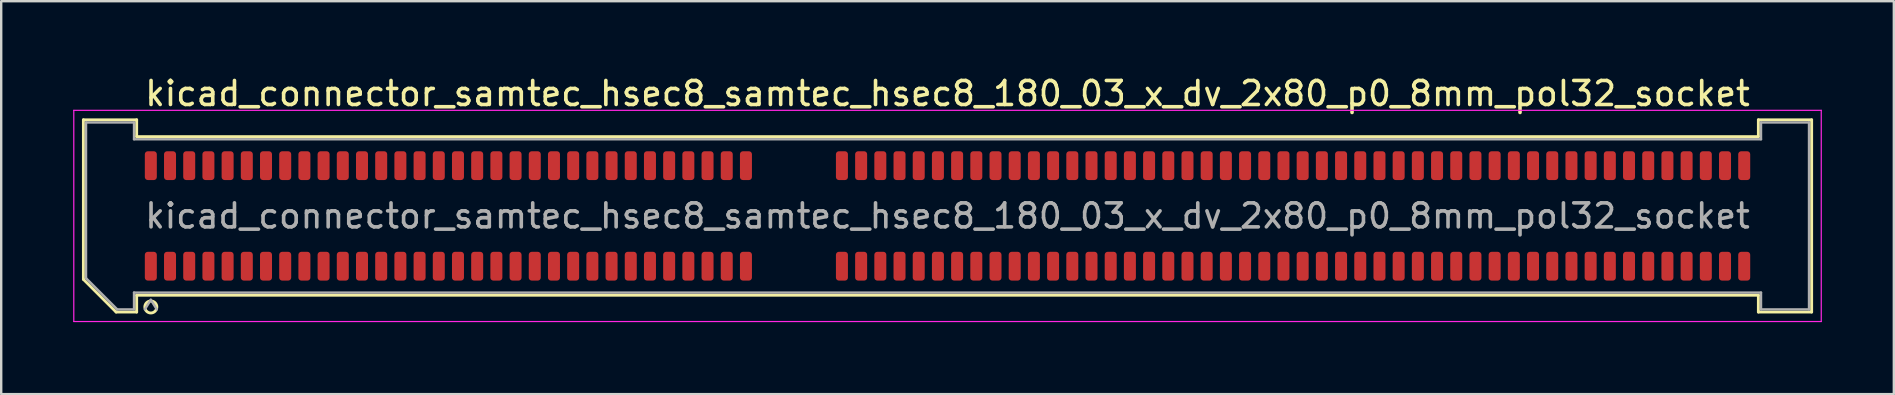
<source format=kicad_pcb>
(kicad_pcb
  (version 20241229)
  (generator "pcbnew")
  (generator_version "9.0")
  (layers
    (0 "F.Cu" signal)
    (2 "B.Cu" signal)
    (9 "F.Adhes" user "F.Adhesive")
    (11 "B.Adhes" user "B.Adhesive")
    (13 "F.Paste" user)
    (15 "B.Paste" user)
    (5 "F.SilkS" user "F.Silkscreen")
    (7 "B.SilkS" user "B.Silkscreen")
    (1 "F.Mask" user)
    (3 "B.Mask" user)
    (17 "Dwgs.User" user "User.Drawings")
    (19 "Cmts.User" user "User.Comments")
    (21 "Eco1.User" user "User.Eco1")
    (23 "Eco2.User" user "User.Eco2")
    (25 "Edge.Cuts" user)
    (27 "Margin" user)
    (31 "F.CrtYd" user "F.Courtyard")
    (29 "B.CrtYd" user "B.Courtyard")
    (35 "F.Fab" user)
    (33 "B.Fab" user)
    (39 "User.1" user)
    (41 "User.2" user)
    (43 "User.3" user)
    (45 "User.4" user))
  (footprint "kicad_connector_samtec_hsec8_samtec_hsec8_180_03_x_dv_2x80_p0_8mm_pol32_socket"
    (layer "F.Cu")
    (at 36.435 5.948)
    (property "Reference" "kicad_connector_samtec_hsec8_samtec_hsec8_180_03_x_dv_2x80_p0_8mm_pol32_socket" (at 0 -5.1 0) (layer "F.SilkS") (effects (font (size 1 1) (thickness 0.15))))
    (attr smd)
    (fp_line (start -36.01 -4.005) (end -33.79 -4.005) (stroke (width 0.12) (type solid)) (layer "F.SilkS"))
    (fp_line (start -36.01 2.641) (end -36.01 -4.005) (stroke (width 0.12) (type solid)) (layer "F.SilkS"))
    (fp_line (start -34.646 4.005) (end -36.01 2.641) (stroke (width 0.12) (type solid)) (layer "F.SilkS"))
    (fp_line (start -33.79 -4.005) (end -33.79 -3.305) (stroke (width 0.12) (type solid)) (layer "F.SilkS"))
    (fp_line (start -33.79 -3.305) (end 33.79 -3.305) (stroke (width 0.12) (type solid)) (layer "F.SilkS"))
    (fp_line (start -33.79 3.305) (end -33.79 4.005) (stroke (width 0.12) (type solid)) (layer "F.SilkS"))
    (fp_line (start -33.79 4.005) (end -34.646 4.005) (stroke (width 0.12) (type solid)) (layer "F.SilkS"))
    (fp_line (start 33.79 -4.005) (end 36.01 -4.005) (stroke (width 0.12) (type solid)) (layer "F.SilkS"))
    (fp_line (start 33.79 -3.305) (end 33.79 -4.005) (stroke (width 0.12) (type solid)) (layer "F.SilkS"))
    (fp_line (start 33.79 3.305) (end -33.79 3.305) (stroke (width 0.12) (type solid)) (layer "F.SilkS"))
    (fp_line (start 33.79 4.005) (end 33.79 3.305) (stroke (width 0.12) (type solid)) (layer "F.SilkS"))
    (fp_line (start 36.01 -4.005) (end 36.01 4.005) (stroke (width 0.12) (type solid)) (layer "F.SilkS"))
    (fp_line (start 36.01 4.005) (end 33.79 4.005) (stroke (width 0.12) (type solid)) (layer "F.SilkS"))
    (fp_arc (start -32.95 3.795) (mid -33.45 3.795) (end -32.95 3.795) (stroke (width 0.12) (type solid)) (layer "F.SilkS"))
    (fp_line (start -36.41 -4.4) (end -36.41 4.4) (stroke (width 0.05) (type solid)) (layer "F.CrtYd"))
    (fp_line (start -36.41 4.4) (end 36.41 4.4) (stroke (width 0.05) (type solid)) (layer "F.CrtYd"))
    (fp_line (start 36.41 -4.4) (end -36.41 -4.4) (stroke (width 0.05) (type solid)) (layer "F.CrtYd"))
    (fp_line (start 36.41 4.4) (end 36.41 -4.4) (stroke (width 0.05) (type solid)) (layer "F.CrtYd"))
    (fp_line (start -35.9 -3.895) (end -33.9 -3.895) (stroke (width 0.1) (type solid)) (layer "F.Fab"))
    (fp_line (start -35.9 2.595) (end -35.9 -3.895) (stroke (width 0.1) (type solid)) (layer "F.Fab"))
    (fp_line (start -34.6 3.895) (end -35.9 2.595) (stroke (width 0.1) (type solid)) (layer "F.Fab"))
    (fp_line (start -33.9 -3.895) (end -33.9 -3.195) (stroke (width 0.1) (type solid)) (layer "F.Fab"))
    (fp_line (start -33.9 -3.195) (end 33.9 -3.195) (stroke (width 0.1) (type solid)) (layer "F.Fab"))
    (fp_line (start -33.9 3.195) (end -33.9 3.895) (stroke (width 0.1) (type solid)) (layer "F.Fab"))
    (fp_line (start -33.9 3.895) (end -34.6 3.895) (stroke (width 0.1) (type solid)) (layer "F.Fab"))
    (fp_line (start -33.2 3.495) (end -33.45 3.895) (stroke (width 0.1) (type solid)) (layer "F.Fab"))
    (fp_line (start -33.2 3.495) (end -32.95 3.895) (stroke (width 0.1) (type solid)) (layer "F.Fab"))
    (fp_line (start 33.9 -3.895) (end 35.9 -3.895) (stroke (width 0.1) (type solid)) (layer "F.Fab"))
    (fp_line (start 33.9 -3.195) (end 33.9 -3.895) (stroke (width 0.1) (type solid)) (layer "F.Fab"))
    (fp_line (start 33.9 3.195) (end -33.9 3.195) (stroke (width 0.1) (type solid)) (layer "F.Fab"))
    (fp_line (start 33.9 3.895) (end 33.9 3.195) (stroke (width 0.1) (type solid)) (layer "F.Fab"))
    (fp_line (start 35.9 -3.895) (end 35.9 3.895) (stroke (width 0.1) (type solid)) (layer "F.Fab"))
    (fp_line (start 35.9 3.895) (end 33.9 3.895) (stroke (width 0.1) (type solid)) (layer "F.Fab"))
    (fp_text user "${REFERENCE}" (at 0 0 0) (layer "F.Fab") (effects (font (size 1 1) (thickness 0.15))))
    (pad "1" smd roundrect (at -33.2 2.095) (size 0.5 1.2) (layers "F.Cu" "F.Mask" "F.Paste") (roundrect_rratio 0.25))
    (pad "2" smd roundrect (at -33.2 -2.095) (size 0.5 1.2) (layers "F.Cu" "F.Mask" "F.Paste") (roundrect_rratio 0.25))
    (pad "3" smd roundrect (at -32.4 2.095) (size 0.5 1.2) (layers "F.Cu" "F.Mask" "F.Paste") (roundrect_rratio 0.25))
    (pad "4" smd roundrect (at -32.4 -2.095) (size 0.5 1.2) (layers "F.Cu" "F.Mask" "F.Paste") (roundrect_rratio 0.25))
    (pad "5" smd roundrect (at -31.6 2.095) (size 0.5 1.2) (layers "F.Cu" "F.Mask" "F.Paste") (roundrect_rratio 0.25))
    (pad "6" smd roundrect (at -31.6 -2.095) (size 0.5 1.2) (layers "F.Cu" "F.Mask" "F.Paste") (roundrect_rratio 0.25))
    (pad "7" smd roundrect (at -30.8 2.095) (size 0.5 1.2) (layers "F.Cu" "F.Mask" "F.Paste") (roundrect_rratio 0.25))
    (pad "8" smd roundrect (at -30.8 -2.095) (size 0.5 1.2) (layers "F.Cu" "F.Mask" "F.Paste") (roundrect_rratio 0.25))
    (pad "9" smd roundrect (at -30 2.095) (size 0.5 1.2) (layers "F.Cu" "F.Mask" "F.Paste") (roundrect_rratio 0.25))
    (pad "10" smd roundrect (at -30 -2.095) (size 0.5 1.2) (layers "F.Cu" "F.Mask" "F.Paste") (roundrect_rratio 0.25))
    (pad "11" smd roundrect (at -29.2 2.095) (size 0.5 1.2) (layers "F.Cu" "F.Mask" "F.Paste") (roundrect_rratio 0.25))
    (pad "12" smd roundrect (at -29.2 -2.095) (size 0.5 1.2) (layers "F.Cu" "F.Mask" "F.Paste") (roundrect_rratio 0.25))
    (pad "13" smd roundrect (at -28.4 2.095) (size 0.5 1.2) (layers "F.Cu" "F.Mask" "F.Paste") (roundrect_rratio 0.25))
    (pad "14" smd roundrect (at -28.4 -2.095) (size 0.5 1.2) (layers "F.Cu" "F.Mask" "F.Paste") (roundrect_rratio 0.25))
    (pad "15" smd roundrect (at -27.6 2.095) (size 0.5 1.2) (layers "F.Cu" "F.Mask" "F.Paste") (roundrect_rratio 0.25))
    (pad "16" smd roundrect (at -27.6 -2.095) (size 0.5 1.2) (layers "F.Cu" "F.Mask" "F.Paste") (roundrect_rratio 0.25))
    (pad "17" smd roundrect (at -26.8 2.095) (size 0.5 1.2) (layers "F.Cu" "F.Mask" "F.Paste") (roundrect_rratio 0.25))
    (pad "18" smd roundrect (at -26.8 -2.095) (size 0.5 1.2) (layers "F.Cu" "F.Mask" "F.Paste") (roundrect_rratio 0.25))
    (pad "19" smd roundrect (at -26 2.095) (size 0.5 1.2) (layers "F.Cu" "F.Mask" "F.Paste") (roundrect_rratio 0.25))
    (pad "20" smd roundrect (at -26 -2.095) (size 0.5 1.2) (layers "F.Cu" "F.Mask" "F.Paste") (roundrect_rratio 0.25))
    (pad "21" smd roundrect (at -25.2 2.095) (size 0.5 1.2) (layers "F.Cu" "F.Mask" "F.Paste") (roundrect_rratio 0.25))
    (pad "22" smd roundrect (at -25.2 -2.095) (size 0.5 1.2) (layers "F.Cu" "F.Mask" "F.Paste") (roundrect_rratio 0.25))
    (pad "23" smd roundrect (at -24.4 2.095) (size 0.5 1.2) (layers "F.Cu" "F.Mask" "F.Paste") (roundrect_rratio 0.25))
    (pad "24" smd roundrect (at -24.4 -2.095) (size 0.5 1.2) (layers "F.Cu" "F.Mask" "F.Paste") (roundrect_rratio 0.25))
    (pad "25" smd roundrect (at -23.6 2.095) (size 0.5 1.2) (layers "F.Cu" "F.Mask" "F.Paste") (roundrect_rratio 0.25))
    (pad "26" smd roundrect (at -23.6 -2.095) (size 0.5 1.2) (layers "F.Cu" "F.Mask" "F.Paste") (roundrect_rratio 0.25))
    (pad "27" smd roundrect (at -22.8 2.095) (size 0.5 1.2) (layers "F.Cu" "F.Mask" "F.Paste") (roundrect_rratio 0.25))
    (pad "28" smd roundrect (at -22.8 -2.095) (size 0.5 1.2) (layers "F.Cu" "F.Mask" "F.Paste") (roundrect_rratio 0.25))
    (pad "29" smd roundrect (at -22 2.095) (size 0.5 1.2) (layers "F.Cu" "F.Mask" "F.Paste") (roundrect_rratio 0.25))
    (pad "30" smd roundrect (at -22 -2.095) (size 0.5 1.2) (layers "F.Cu" "F.Mask" "F.Paste") (roundrect_rratio 0.25))
    (pad "31" smd roundrect (at -21.2 2.095) (size 0.5 1.2) (layers "F.Cu" "F.Mask" "F.Paste") (roundrect_rratio 0.25))
    (pad "32" smd roundrect (at -21.2 -2.095) (size 0.5 1.2) (layers "F.Cu" "F.Mask" "F.Paste") (roundrect_rratio 0.25))
    (pad "33" smd roundrect (at -20.4 2.095) (size 0.5 1.2) (layers "F.Cu" "F.Mask" "F.Paste") (roundrect_rratio 0.25))
    (pad "34" smd roundrect (at -20.4 -2.095) (size 0.5 1.2) (layers "F.Cu" "F.Mask" "F.Paste") (roundrect_rratio 0.25))
    (pad "35" smd roundrect (at -19.6 2.095) (size 0.5 1.2) (layers "F.Cu" "F.Mask" "F.Paste") (roundrect_rratio 0.25))
    (pad "36" smd roundrect (at -19.6 -2.095) (size 0.5 1.2) (layers "F.Cu" "F.Mask" "F.Paste") (roundrect_rratio 0.25))
    (pad "37" smd roundrect (at -18.8 2.095) (size 0.5 1.2) (layers "F.Cu" "F.Mask" "F.Paste") (roundrect_rratio 0.25))
    (pad "38" smd roundrect (at -18.8 -2.095) (size 0.5 1.2) (layers "F.Cu" "F.Mask" "F.Paste") (roundrect_rratio 0.25))
    (pad "39" smd roundrect (at -18 2.095) (size 0.5 1.2) (layers "F.Cu" "F.Mask" "F.Paste") (roundrect_rratio 0.25))
    (pad "40" smd roundrect (at -18 -2.095) (size 0.5 1.2) (layers "F.Cu" "F.Mask" "F.Paste") (roundrect_rratio 0.25))
    (pad "41" smd roundrect (at -17.2 2.095) (size 0.5 1.2) (layers "F.Cu" "F.Mask" "F.Paste") (roundrect_rratio 0.25))
    (pad "42" smd roundrect (at -17.2 -2.095) (size 0.5 1.2) (layers "F.Cu" "F.Mask" "F.Paste") (roundrect_rratio 0.25))
    (pad "43" smd roundrect (at -16.4 2.095) (size 0.5 1.2) (layers "F.Cu" "F.Mask" "F.Paste") (roundrect_rratio 0.25))
    (pad "44" smd roundrect (at -16.4 -2.095) (size 0.5 1.2) (layers "F.Cu" "F.Mask" "F.Paste") (roundrect_rratio 0.25))
    (pad "45" smd roundrect (at -15.6 2.095) (size 0.5 1.2) (layers "F.Cu" "F.Mask" "F.Paste") (roundrect_rratio 0.25))
    (pad "46" smd roundrect (at -15.6 -2.095) (size 0.5 1.2) (layers "F.Cu" "F.Mask" "F.Paste") (roundrect_rratio 0.25))
    (pad "47" smd roundrect (at -14.8 2.095) (size 0.5 1.2) (layers "F.Cu" "F.Mask" "F.Paste") (roundrect_rratio 0.25))
    (pad "48" smd roundrect (at -14.8 -2.095) (size 0.5 1.2) (layers "F.Cu" "F.Mask" "F.Paste") (roundrect_rratio 0.25))
    (pad "49" smd roundrect (at -14 2.095) (size 0.5 1.2) (layers "F.Cu" "F.Mask" "F.Paste") (roundrect_rratio 0.25))
    (pad "50" smd roundrect (at -14 -2.095) (size 0.5 1.2) (layers "F.Cu" "F.Mask" "F.Paste") (roundrect_rratio 0.25))
    (pad "51" smd roundrect (at -13.2 2.095) (size 0.5 1.2) (layers "F.Cu" "F.Mask" "F.Paste") (roundrect_rratio 0.25))
    (pad "52" smd roundrect (at -13.2 -2.095) (size 0.5 1.2) (layers "F.Cu" "F.Mask" "F.Paste") (roundrect_rratio 0.25))
    (pad "53" smd roundrect (at -12.4 2.095) (size 0.5 1.2) (layers "F.Cu" "F.Mask" "F.Paste") (roundrect_rratio 0.25))
    (pad "54" smd roundrect (at -12.4 -2.095) (size 0.5 1.2) (layers "F.Cu" "F.Mask" "F.Paste") (roundrect_rratio 0.25))
    (pad "55" smd roundrect (at -11.6 2.095) (size 0.5 1.2) (layers "F.Cu" "F.Mask" "F.Paste") (roundrect_rratio 0.25))
    (pad "56" smd roundrect (at -11.6 -2.095) (size 0.5 1.2) (layers "F.Cu" "F.Mask" "F.Paste") (roundrect_rratio 0.25))
    (pad "57" smd roundrect (at -10.8 2.095) (size 0.5 1.2) (layers "F.Cu" "F.Mask" "F.Paste") (roundrect_rratio 0.25))
    (pad "58" smd roundrect (at -10.8 -2.095) (size 0.5 1.2) (layers "F.Cu" "F.Mask" "F.Paste") (roundrect_rratio 0.25))
    (pad "59" smd roundrect (at -10 2.095) (size 0.5 1.2) (layers "F.Cu" "F.Mask" "F.Paste") (roundrect_rratio 0.25))
    (pad "60" smd roundrect (at -10 -2.095) (size 0.5 1.2) (layers "F.Cu" "F.Mask" "F.Paste") (roundrect_rratio 0.25))
    (pad "61" smd roundrect (at -9.2 2.095) (size 0.5 1.2) (layers "F.Cu" "F.Mask" "F.Paste") (roundrect_rratio 0.25))
    (pad "62" smd roundrect (at -9.2 -2.095) (size 0.5 1.2) (layers "F.Cu" "F.Mask" "F.Paste") (roundrect_rratio 0.25))
    (pad "63" smd roundrect (at -8.4 2.095) (size 0.5 1.2) (layers "F.Cu" "F.Mask" "F.Paste") (roundrect_rratio 0.25))
    (pad "64" smd roundrect (at -8.4 -2.095) (size 0.5 1.2) (layers "F.Cu" "F.Mask" "F.Paste") (roundrect_rratio 0.25))
    (pad "65" smd roundrect (at -4.4 2.095) (size 0.5 1.2) (layers "F.Cu" "F.Mask" "F.Paste") (roundrect_rratio 0.25))
    (pad "66" smd roundrect (at -4.4 -2.095) (size 0.5 1.2) (layers "F.Cu" "F.Mask" "F.Paste") (roundrect_rratio 0.25))
    (pad "67" smd roundrect (at -3.6 2.095) (size 0.5 1.2) (layers "F.Cu" "F.Mask" "F.Paste") (roundrect_rratio 0.25))
    (pad "68" smd roundrect (at -3.6 -2.095) (size 0.5 1.2) (layers "F.Cu" "F.Mask" "F.Paste") (roundrect_rratio 0.25))
    (pad "69" smd roundrect (at -2.8 2.095) (size 0.5 1.2) (layers "F.Cu" "F.Mask" "F.Paste") (roundrect_rratio 0.25))
    (pad "70" smd roundrect (at -2.8 -2.095) (size 0.5 1.2) (layers "F.Cu" "F.Mask" "F.Paste") (roundrect_rratio 0.25))
    (pad "71" smd roundrect (at -2 2.095) (size 0.5 1.2) (layers "F.Cu" "F.Mask" "F.Paste") (roundrect_rratio 0.25))
    (pad "72" smd roundrect (at -2 -2.095) (size 0.5 1.2) (layers "F.Cu" "F.Mask" "F.Paste") (roundrect_rratio 0.25))
    (pad "73" smd roundrect (at -1.2 2.095) (size 0.5 1.2) (layers "F.Cu" "F.Mask" "F.Paste") (roundrect_rratio 0.25))
    (pad "74" smd roundrect (at -1.2 -2.095) (size 0.5 1.2) (layers "F.Cu" "F.Mask" "F.Paste") (roundrect_rratio 0.25))
    (pad "75" smd roundrect (at -0.4 2.095) (size 0.5 1.2) (layers "F.Cu" "F.Mask" "F.Paste") (roundrect_rratio 0.25))
    (pad "76" smd roundrect (at -0.4 -2.095) (size 0.5 1.2) (layers "F.Cu" "F.Mask" "F.Paste") (roundrect_rratio 0.25))
    (pad "77" smd roundrect (at 0.4 2.095) (size 0.5 1.2) (layers "F.Cu" "F.Mask" "F.Paste") (roundrect_rratio 0.25))
    (pad "78" smd roundrect (at 0.4 -2.095) (size 0.5 1.2) (layers "F.Cu" "F.Mask" "F.Paste") (roundrect_rratio 0.25))
    (pad "79" smd roundrect (at 1.2 2.095) (size 0.5 1.2) (layers "F.Cu" "F.Mask" "F.Paste") (roundrect_rratio 0.25))
    (pad "80" smd roundrect (at 1.2 -2.095) (size 0.5 1.2) (layers "F.Cu" "F.Mask" "F.Paste") (roundrect_rratio 0.25))
    (pad "81" smd roundrect (at 2 2.095) (size 0.5 1.2) (layers "F.Cu" "F.Mask" "F.Paste") (roundrect_rratio 0.25))
    (pad "82" smd roundrect (at 2 -2.095) (size 0.5 1.2) (layers "F.Cu" "F.Mask" "F.Paste") (roundrect_rratio 0.25))
    (pad "83" smd roundrect (at 2.8 2.095) (size 0.5 1.2) (layers "F.Cu" "F.Mask" "F.Paste") (roundrect_rratio 0.25))
    (pad "84" smd roundrect (at 2.8 -2.095) (size 0.5 1.2) (layers "F.Cu" "F.Mask" "F.Paste") (roundrect_rratio 0.25))
    (pad "85" smd roundrect (at 3.6 2.095) (size 0.5 1.2) (layers "F.Cu" "F.Mask" "F.Paste") (roundrect_rratio 0.25))
    (pad "86" smd roundrect (at 3.6 -2.095) (size 0.5 1.2) (layers "F.Cu" "F.Mask" "F.Paste") (roundrect_rratio 0.25))
    (pad "87" smd roundrect (at 4.4 2.095) (size 0.5 1.2) (layers "F.Cu" "F.Mask" "F.Paste") (roundrect_rratio 0.25))
    (pad "88" smd roundrect (at 4.4 -2.095) (size 0.5 1.2) (layers "F.Cu" "F.Mask" "F.Paste") (roundrect_rratio 0.25))
    (pad "89" smd roundrect (at 5.2 2.095) (size 0.5 1.2) (layers "F.Cu" "F.Mask" "F.Paste") (roundrect_rratio 0.25))
    (pad "90" smd roundrect (at 5.2 -2.095) (size 0.5 1.2) (layers "F.Cu" "F.Mask" "F.Paste") (roundrect_rratio 0.25))
    (pad "91" smd roundrect (at 6 2.095) (size 0.5 1.2) (layers "F.Cu" "F.Mask" "F.Paste") (roundrect_rratio 0.25))
    (pad "92" smd roundrect (at 6 -2.095) (size 0.5 1.2) (layers "F.Cu" "F.Mask" "F.Paste") (roundrect_rratio 0.25))
    (pad "93" smd roundrect (at 6.8 2.095) (size 0.5 1.2) (layers "F.Cu" "F.Mask" "F.Paste") (roundrect_rratio 0.25))
    (pad "94" smd roundrect (at 6.8 -2.095) (size 0.5 1.2) (layers "F.Cu" "F.Mask" "F.Paste") (roundrect_rratio 0.25))
    (pad "95" smd roundrect (at 7.6 2.095) (size 0.5 1.2) (layers "F.Cu" "F.Mask" "F.Paste") (roundrect_rratio 0.25))
    (pad "96" smd roundrect (at 7.6 -2.095) (size 0.5 1.2) (layers "F.Cu" "F.Mask" "F.Paste") (roundrect_rratio 0.25))
    (pad "97" smd roundrect (at 8.4 2.095) (size 0.5 1.2) (layers "F.Cu" "F.Mask" "F.Paste") (roundrect_rratio 0.25))
    (pad "98" smd roundrect (at 8.4 -2.095) (size 0.5 1.2) (layers "F.Cu" "F.Mask" "F.Paste") (roundrect_rratio 0.25))
    (pad "99" smd roundrect (at 9.2 2.095) (size 0.5 1.2) (layers "F.Cu" "F.Mask" "F.Paste") (roundrect_rratio 0.25))
    (pad "100" smd roundrect (at 9.2 -2.095) (size 0.5 1.2) (layers "F.Cu" "F.Mask" "F.Paste") (roundrect_rratio 0.25))
    (pad "101" smd roundrect (at 10 2.095) (size 0.5 1.2) (layers "F.Cu" "F.Mask" "F.Paste") (roundrect_rratio 0.25))
    (pad "102" smd roundrect (at 10 -2.095) (size 0.5 1.2) (layers "F.Cu" "F.Mask" "F.Paste") (roundrect_rratio 0.25))
    (pad "103" smd roundrect (at 10.8 2.095) (size 0.5 1.2) (layers "F.Cu" "F.Mask" "F.Paste") (roundrect_rratio 0.25))
    (pad "104" smd roundrect (at 10.8 -2.095) (size 0.5 1.2) (layers "F.Cu" "F.Mask" "F.Paste") (roundrect_rratio 0.25))
    (pad "105" smd roundrect (at 11.6 2.095) (size 0.5 1.2) (layers "F.Cu" "F.Mask" "F.Paste") (roundrect_rratio 0.25))
    (pad "106" smd roundrect (at 11.6 -2.095) (size 0.5 1.2) (layers "F.Cu" "F.Mask" "F.Paste") (roundrect_rratio 0.25))
    (pad "107" smd roundrect (at 12.4 2.095) (size 0.5 1.2) (layers "F.Cu" "F.Mask" "F.Paste") (roundrect_rratio 0.25))
    (pad "108" smd roundrect (at 12.4 -2.095) (size 0.5 1.2) (layers "F.Cu" "F.Mask" "F.Paste") (roundrect_rratio 0.25))
    (pad "109" smd roundrect (at 13.2 2.095) (size 0.5 1.2) (layers "F.Cu" "F.Mask" "F.Paste") (roundrect_rratio 0.25))
    (pad "110" smd roundrect (at 13.2 -2.095) (size 0.5 1.2) (layers "F.Cu" "F.Mask" "F.Paste") (roundrect_rratio 0.25))
    (pad "111" smd roundrect (at 14 2.095) (size 0.5 1.2) (layers "F.Cu" "F.Mask" "F.Paste") (roundrect_rratio 0.25))
    (pad "112" smd roundrect (at 14 -2.095) (size 0.5 1.2) (layers "F.Cu" "F.Mask" "F.Paste") (roundrect_rratio 0.25))
    (pad "113" smd roundrect (at 14.8 2.095) (size 0.5 1.2) (layers "F.Cu" "F.Mask" "F.Paste") (roundrect_rratio 0.25))
    (pad "114" smd roundrect (at 14.8 -2.095) (size 0.5 1.2) (layers "F.Cu" "F.Mask" "F.Paste") (roundrect_rratio 0.25))
    (pad "115" smd roundrect (at 15.6 2.095) (size 0.5 1.2) (layers "F.Cu" "F.Mask" "F.Paste") (roundrect_rratio 0.25))
    (pad "116" smd roundrect (at 15.6 -2.095) (size 0.5 1.2) (layers "F.Cu" "F.Mask" "F.Paste") (roundrect_rratio 0.25))
    (pad "117" smd roundrect (at 16.4 2.095) (size 0.5 1.2) (layers "F.Cu" "F.Mask" "F.Paste") (roundrect_rratio 0.25))
    (pad "118" smd roundrect (at 16.4 -2.095) (size 0.5 1.2) (layers "F.Cu" "F.Mask" "F.Paste") (roundrect_rratio 0.25))
    (pad "119" smd roundrect (at 17.2 2.095) (size 0.5 1.2) (layers "F.Cu" "F.Mask" "F.Paste") (roundrect_rratio 0.25))
    (pad "120" smd roundrect (at 17.2 -2.095) (size 0.5 1.2) (layers "F.Cu" "F.Mask" "F.Paste") (roundrect_rratio 0.25))
    (pad "121" smd roundrect (at 18 2.095) (size 0.5 1.2) (layers "F.Cu" "F.Mask" "F.Paste") (roundrect_rratio 0.25))
    (pad "122" smd roundrect (at 18 -2.095) (size 0.5 1.2) (layers "F.Cu" "F.Mask" "F.Paste") (roundrect_rratio 0.25))
    (pad "123" smd roundrect (at 18.8 2.095) (size 0.5 1.2) (layers "F.Cu" "F.Mask" "F.Paste") (roundrect_rratio 0.25))
    (pad "124" smd roundrect (at 18.8 -2.095) (size 0.5 1.2) (layers "F.Cu" "F.Mask" "F.Paste") (roundrect_rratio 0.25))
    (pad "125" smd roundrect (at 19.6 2.095) (size 0.5 1.2) (layers "F.Cu" "F.Mask" "F.Paste") (roundrect_rratio 0.25))
    (pad "126" smd roundrect (at 19.6 -2.095) (size 0.5 1.2) (layers "F.Cu" "F.Mask" "F.Paste") (roundrect_rratio 0.25))
    (pad "127" smd roundrect (at 20.4 2.095) (size 0.5 1.2) (layers "F.Cu" "F.Mask" "F.Paste") (roundrect_rratio 0.25))
    (pad "128" smd roundrect (at 20.4 -2.095) (size 0.5 1.2) (layers "F.Cu" "F.Mask" "F.Paste") (roundrect_rratio 0.25))
    (pad "129" smd roundrect (at 21.2 2.095) (size 0.5 1.2) (layers "F.Cu" "F.Mask" "F.Paste") (roundrect_rratio 0.25))
    (pad "130" smd roundrect (at 21.2 -2.095) (size 0.5 1.2) (layers "F.Cu" "F.Mask" "F.Paste") (roundrect_rratio 0.25))
    (pad "131" smd roundrect (at 22 2.095) (size 0.5 1.2) (layers "F.Cu" "F.Mask" "F.Paste") (roundrect_rratio 0.25))
    (pad "132" smd roundrect (at 22 -2.095) (size 0.5 1.2) (layers "F.Cu" "F.Mask" "F.Paste") (roundrect_rratio 0.25))
    (pad "133" smd roundrect (at 22.8 2.095) (size 0.5 1.2) (layers "F.Cu" "F.Mask" "F.Paste") (roundrect_rratio 0.25))
    (pad "134" smd roundrect (at 22.8 -2.095) (size 0.5 1.2) (layers "F.Cu" "F.Mask" "F.Paste") (roundrect_rratio 0.25))
    (pad "135" smd roundrect (at 23.6 2.095) (size 0.5 1.2) (layers "F.Cu" "F.Mask" "F.Paste") (roundrect_rratio 0.25))
    (pad "136" smd roundrect (at 23.6 -2.095) (size 0.5 1.2) (layers "F.Cu" "F.Mask" "F.Paste") (roundrect_rratio 0.25))
    (pad "137" smd roundrect (at 24.4 2.095) (size 0.5 1.2) (layers "F.Cu" "F.Mask" "F.Paste") (roundrect_rratio 0.25))
    (pad "138" smd roundrect (at 24.4 -2.095) (size 0.5 1.2) (layers "F.Cu" "F.Mask" "F.Paste") (roundrect_rratio 0.25))
    (pad "139" smd roundrect (at 25.2 2.095) (size 0.5 1.2) (layers "F.Cu" "F.Mask" "F.Paste") (roundrect_rratio 0.25))
    (pad "140" smd roundrect (at 25.2 -2.095) (size 0.5 1.2) (layers "F.Cu" "F.Mask" "F.Paste") (roundrect_rratio 0.25))
    (pad "141" smd roundrect (at 26 2.095) (size 0.5 1.2) (layers "F.Cu" "F.Mask" "F.Paste") (roundrect_rratio 0.25))
    (pad "142" smd roundrect (at 26 -2.095) (size 0.5 1.2) (layers "F.Cu" "F.Mask" "F.Paste") (roundrect_rratio 0.25))
    (pad "143" smd roundrect (at 26.8 2.095) (size 0.5 1.2) (layers "F.Cu" "F.Mask" "F.Paste") (roundrect_rratio 0.25))
    (pad "144" smd roundrect (at 26.8 -2.095) (size 0.5 1.2) (layers "F.Cu" "F.Mask" "F.Paste") (roundrect_rratio 0.25))
    (pad "145" smd roundrect (at 27.6 2.095) (size 0.5 1.2) (layers "F.Cu" "F.Mask" "F.Paste") (roundrect_rratio 0.25))
    (pad "146" smd roundrect (at 27.6 -2.095) (size 0.5 1.2) (layers "F.Cu" "F.Mask" "F.Paste") (roundrect_rratio 0.25))
    (pad "147" smd roundrect (at 28.4 2.095) (size 0.5 1.2) (layers "F.Cu" "F.Mask" "F.Paste") (roundrect_rratio 0.25))
    (pad "148" smd roundrect (at 28.4 -2.095) (size 0.5 1.2) (layers "F.Cu" "F.Mask" "F.Paste") (roundrect_rratio 0.25))
    (pad "149" smd roundrect (at 29.2 2.095) (size 0.5 1.2) (layers "F.Cu" "F.Mask" "F.Paste") (roundrect_rratio 0.25))
    (pad "150" smd roundrect (at 29.2 -2.095) (size 0.5 1.2) (layers "F.Cu" "F.Mask" "F.Paste") (roundrect_rratio 0.25))
    (pad "151" smd roundrect (at 30 2.095) (size 0.5 1.2) (layers "F.Cu" "F.Mask" "F.Paste") (roundrect_rratio 0.25))
    (pad "152" smd roundrect (at 30 -2.095) (size 0.5 1.2) (layers "F.Cu" "F.Mask" "F.Paste") (roundrect_rratio 0.25))
    (pad "153" smd roundrect (at 30.8 2.095) (size 0.5 1.2) (layers "F.Cu" "F.Mask" "F.Paste") (roundrect_rratio 0.25))
    (pad "154" smd roundrect (at 30.8 -2.095) (size 0.5 1.2) (layers "F.Cu" "F.Mask" "F.Paste") (roundrect_rratio 0.25))
    (pad "155" smd roundrect (at 31.6 2.095) (size 0.5 1.2) (layers "F.Cu" "F.Mask" "F.Paste") (roundrect_rratio 0.25))
    (pad "156" smd roundrect (at 31.6 -2.095) (size 0.5 1.2) (layers "F.Cu" "F.Mask" "F.Paste") (roundrect_rratio 0.25))
    (pad "157" smd roundrect (at 32.4 2.095) (size 0.5 1.2) (layers "F.Cu" "F.Mask" "F.Paste") (roundrect_rratio 0.25))
    (pad "158" smd roundrect (at 32.4 -2.095) (size 0.5 1.2) (layers "F.Cu" "F.Mask" "F.Paste") (roundrect_rratio 0.25))
    (pad "159" smd roundrect (at 33.2 2.095) (size 0.5 1.2) (layers "F.Cu" "F.Mask" "F.Paste") (roundrect_rratio 0.25))
    (pad "160" smd roundrect (at 33.2 -2.095) (size 0.5 1.2) (layers "F.Cu" "F.Mask" "F.Paste") (roundrect_rratio 0.25)))
  (gr_rect
    (start -3 -3)
    (end 75.87 13.373)
    (stroke (width 0.1) (type default))
    (fill no)
    (layer "Edge.Cuts")))
</source>
